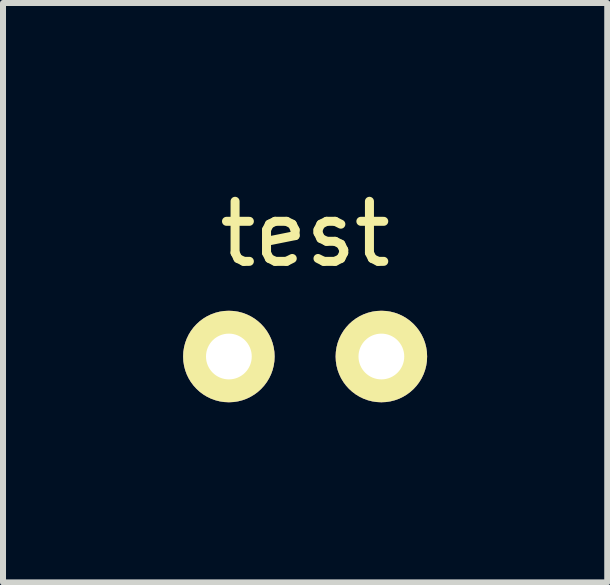
<source format=kicad_pcb>
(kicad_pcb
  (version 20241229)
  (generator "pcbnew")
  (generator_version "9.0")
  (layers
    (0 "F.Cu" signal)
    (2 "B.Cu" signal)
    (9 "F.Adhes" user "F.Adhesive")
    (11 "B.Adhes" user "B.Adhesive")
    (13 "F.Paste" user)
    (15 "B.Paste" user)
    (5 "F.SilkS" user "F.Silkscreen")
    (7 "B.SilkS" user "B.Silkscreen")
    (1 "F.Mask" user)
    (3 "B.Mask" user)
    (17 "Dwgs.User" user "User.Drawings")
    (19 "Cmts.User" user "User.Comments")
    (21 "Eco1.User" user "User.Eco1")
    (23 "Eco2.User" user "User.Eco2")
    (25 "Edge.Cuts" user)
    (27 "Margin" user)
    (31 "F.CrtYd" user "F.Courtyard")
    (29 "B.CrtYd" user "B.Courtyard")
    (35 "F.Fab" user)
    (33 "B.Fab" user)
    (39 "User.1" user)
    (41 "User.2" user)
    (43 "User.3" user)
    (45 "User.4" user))
  (footprint "test"
    (layer "F.Cu")
    (at 2.032 0.348)
    (property "Reference" "test" (at 0 0.5 0) (layer "F.SilkS") (effects (font (size 1 1) (thickness 0.15))))
    (attr through_hole)
    (pad "1" thru_hole circle (at -1.27 2.54) (size 1.524 1.524) (drill 0.762) (layers "*.Cu" "*.Mask" "F.SilkS"))
    (pad "2" thru_hole circle (at 1.27 2.54) (size 1.524 1.524) (drill 0.762) (layers "*.Cu" "*.Mask" "F.SilkS")))
  (gr_rect
    (start -3 -3)
    (end 7.064 6.65)
    (stroke (width 0.1) (type default))
    (fill no)
    (layer "Edge.Cuts")))
</source>
